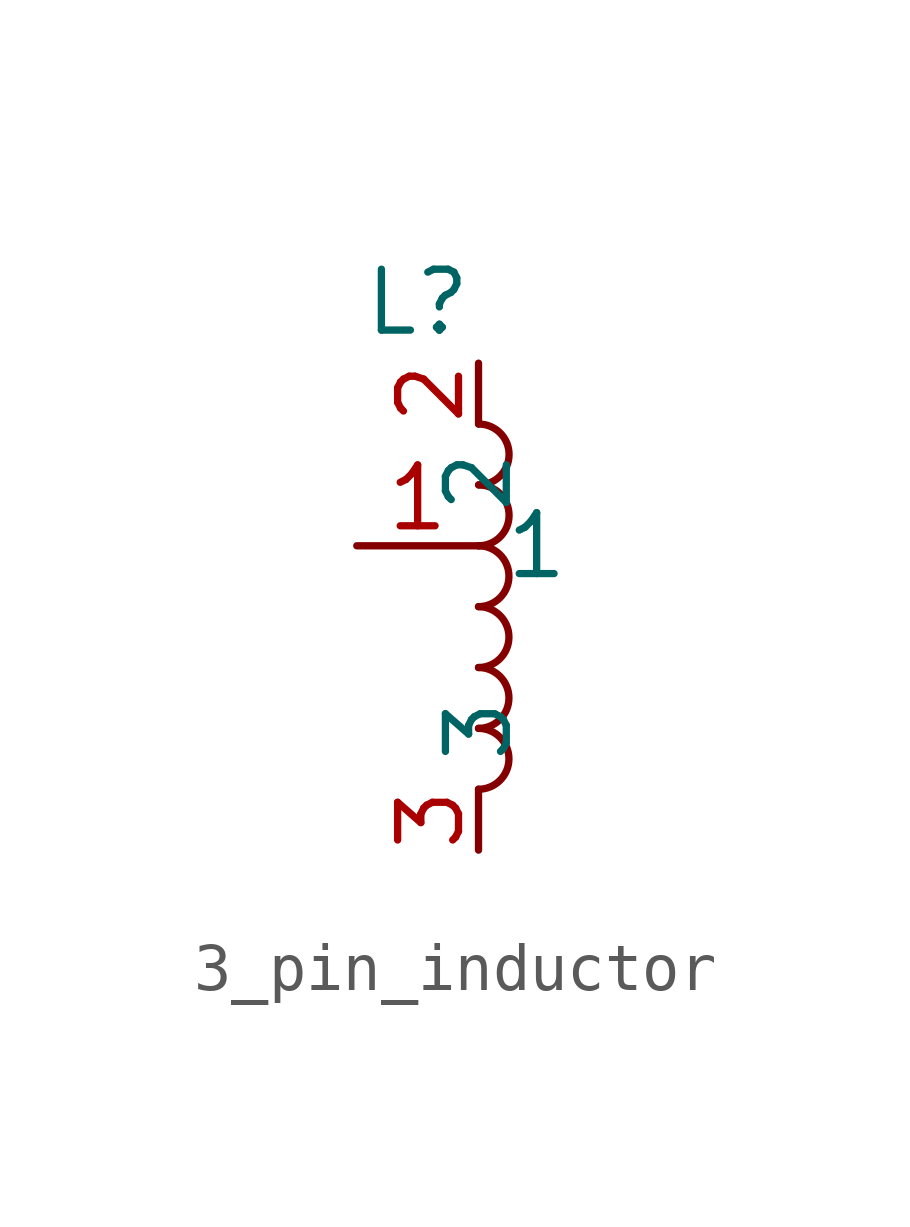
<source format=kicad_sym>
(kicad_symbol_lib
  (version 20220914)
  (generator kicad_symbol_editor)
  (symbol "3_pin_inductor"
    (property "Reference" "L"
      (at -1.27 7.62 0)
      (effects (font (size 1.27 1.27))))
    (property "Value" ""
      (at 0 0 0)
      (effects (font (size 1.27 1.27))))
    (symbol "3_pin_inductor_0_1"
      (arc (start 0 -2.54) (mid 0.6323 -1.905) (end 0 -1.27) (stroke (width 0) (type default)) (fill (type none)))
      (arc (start 0 -1.27) (mid 0.6323 -0.635) (end 0 0) (stroke (width 0) (type default)) (fill (type none)))
      (arc (start 0 0) (mid 0.6323 0.635) (end 0 1.27) (stroke (width 0) (type default)) (fill (type none)))
      (arc (start 0 1.27) (mid 0.6323 1.905) (end 0 2.54) (stroke (width 0) (type default)) (fill (type none)))
      (arc (start 0.0027 2.54) (mid 0.635 3.175) (end 0.0027 3.81) (stroke (width 0) (type default)) (fill (type none)))
      (arc (start 0.0027 3.81) (mid 0.635 4.445) (end 0.0027 5.08) (stroke (width 0) (type default)) (fill (type none))))
    (symbol "3_pin_inductor_1_1"
      (pin passive line (at -2.54 2.54 0) (length 2.54) (name "1" (effects (font (size 1.27 1.27)))) (number "1" (effects (font (size 1.27 1.27)))))
      (pin passive line (at 0 6.35 270) (length 1.27) (name "2" (effects (font (size 1.27 1.27)))) (number "2" (effects (font (size 1.27 1.27)))))
      (pin passive line (at 0 -3.81 90) (length 1.27) (name "3" (effects (font (size 1.27 1.27)))) (number "3" (effects (font (size 1.27 1.27))))))))
</source>
